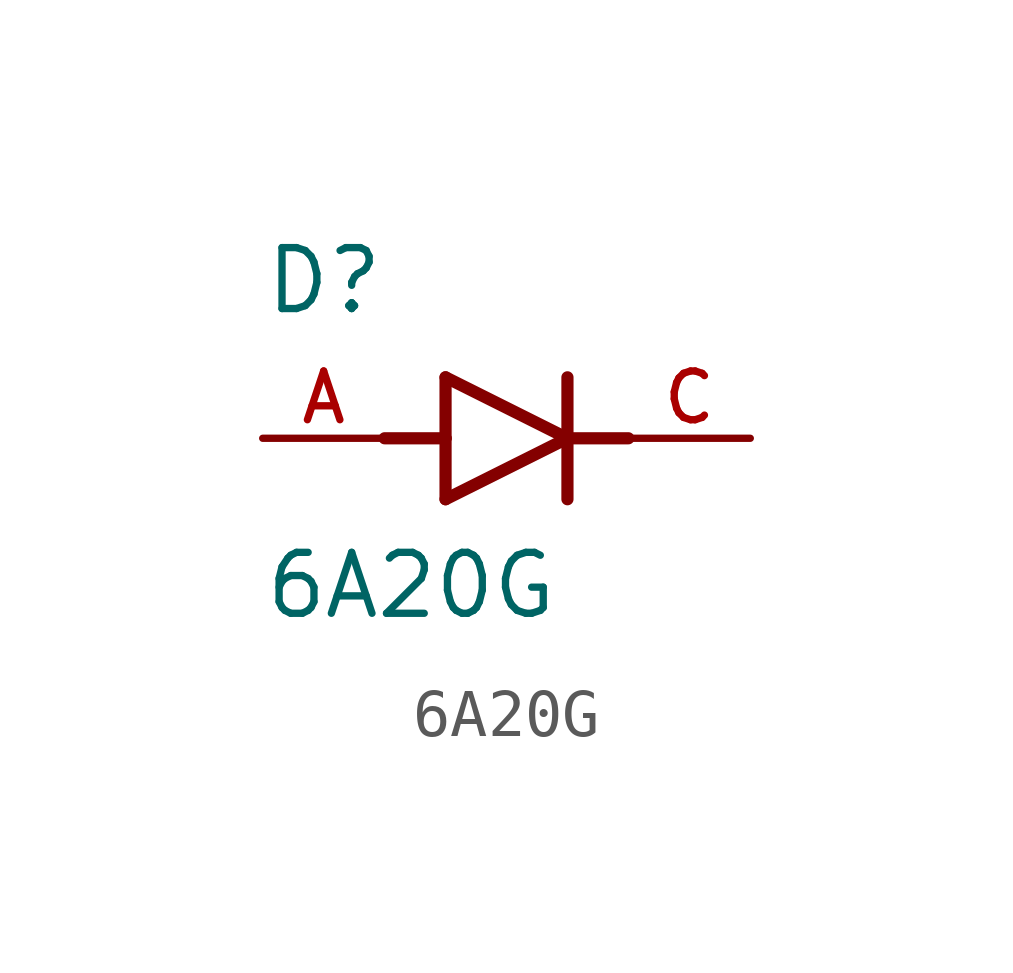
<source format=kicad_sym>
(kicad_symbol_lib
  (version 20211014)
  (generator kicad_symbol_editor)
  (symbol "6A20G"
    (pin_names
      (offset 1.016))
    (property "Reference" "D"
      (at -5.08 2.54 0)
      (effects (font (size 1.27 1.27)) (justify bottom left)))
    (property "Value" "6A20G"
      (at -5.08 -3.81 0)
      (effects (font (size 1.27 1.27)) (justify bottom left)))
    (symbol "6A20G_0_0"
      (polyline (pts (xy -1.27 -1.27) (xy 1.27 0.0)) (stroke (width 0.254)))
      (polyline (pts (xy 1.27 0.0) (xy -1.27 1.27)) (stroke (width 0.254)))
      (polyline (pts (xy 1.27 1.27) (xy 1.27 0.0)) (stroke (width 0.254)))
      (polyline (pts (xy -1.27 1.27) (xy -1.27 0.0)) (stroke (width 0.254)))
      (polyline (pts (xy -1.27 0.0) (xy -1.27 -1.27)) (stroke (width 0.254)))
      (polyline (pts (xy 1.27 0.0) (xy 1.27 -1.27)) (stroke (width 0.254)))
      (polyline (pts (xy -2.54 0.0) (xy -1.27 0.0)) (stroke (width 0.254)))
      (polyline (pts (xy 1.27 0.0) (xy 2.54 0.0)) (stroke (width 0.254)))
      (pin passive line (at 5.08 0.0 180.0) (length 2.54) (name "~" (effects (font (size 1.016 1.016)))) (number "C" (effects (font (size 1.016 1.016)))))
      (pin passive line (at -5.08 0.0 0) (length 2.54) (name "~" (effects (font (size 1.016 1.016)))) (number "A" (effects (font (size 1.016 1.016))))))))
</source>
